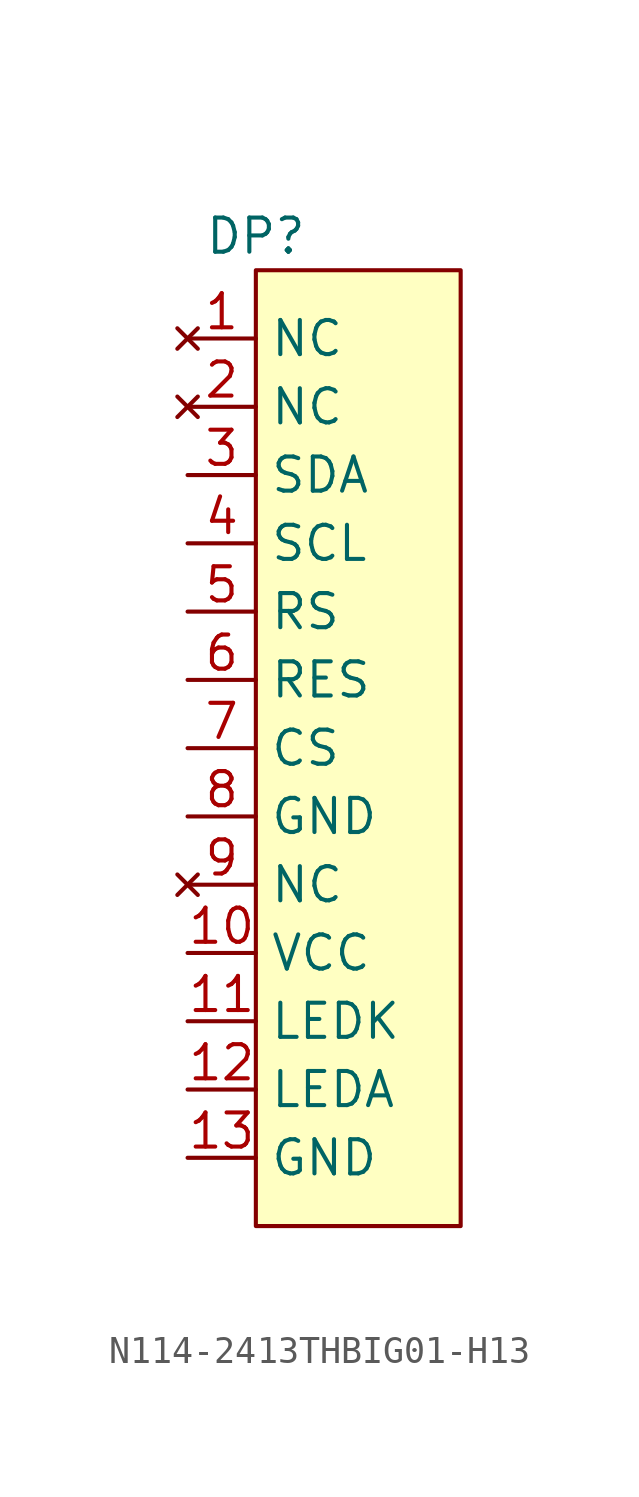
<source format=kicad_sym>
(kicad_symbol_lib
  (version 20241209)
  (generator "kicad_symbol_editor")
  (generator_version "9.0")
  (symbol "N114-2413THBIG01-H13"
    (property "Reference" "DP"
      (at -2.54 17.78 0)
      (effects (font (size 1.27 1.27))))
    (property "Value" ""
      (at -2.54 17.78 0)
      (effects (font (size 1.27 1.27))))
    (symbol "N114-2413THBIG01-H13_1_1"
      (rectangle (start -2.54 16.51) (end 5.08 -19.05) (stroke (width 0) (type default)) (fill (type background)))
      (pin no_connect line (at -5.08 13.97 0) (length 2.54) (name "NC" (effects (font (size 1.27 1.27)))) (number "1" (effects (font (size 1.27 1.27)))))
      (pin no_connect line (at -5.08 11.43 0) (length 2.54) (name "NC" (effects (font (size 1.27 1.27)))) (number "2" (effects (font (size 1.27 1.27)))))
      (pin bidirectional line (at -5.08 8.89 0) (length 2.54) (name "SDA" (effects (font (size 1.27 1.27)))) (number "3" (effects (font (size 1.27 1.27)))))
      (pin bidirectional line (at -5.08 6.35 0) (length 2.54) (name "SCL" (effects (font (size 1.27 1.27)))) (number "4" (effects (font (size 1.27 1.27)))))
      (pin bidirectional line (at -5.08 3.81 0) (length 2.54) (name "RS" (effects (font (size 1.27 1.27)))) (number "5" (effects (font (size 1.27 1.27)))))
      (pin bidirectional line (at -5.08 1.27 0) (length 2.54) (name "RES" (effects (font (size 1.27 1.27)))) (number "6" (effects (font (size 1.27 1.27)))))
      (pin bidirectional line (at -5.08 -1.27 0) (length 2.54) (name "CS" (effects (font (size 1.27 1.27)))) (number "7" (effects (font (size 1.27 1.27)))))
      (pin power_in line (at -5.08 -3.81 0) (length 2.54) (name "GND" (effects (font (size 1.27 1.27)))) (number "8" (effects (font (size 1.27 1.27)))))
      (pin no_connect line (at -5.08 -6.35 0) (length 2.54) (name "NC" (effects (font (size 1.27 1.27)))) (number "9" (effects (font (size 1.27 1.27)))))
      (pin power_in line (at -5.08 -8.89 0) (length 2.54) (name "VCC" (effects (font (size 1.27 1.27)))) (number "10" (effects (font (size 1.27 1.27)))))
      (pin bidirectional line (at -5.08 -11.43 0) (length 2.54) (name "LEDK" (effects (font (size 1.27 1.27)))) (number "11" (effects (font (size 1.27 1.27)))))
      (pin bidirectional line (at -5.08 -13.97 0) (length 2.54) (name "LEDA" (effects (font (size 1.27 1.27)))) (number "12" (effects (font (size 1.27 1.27)))))
      (pin power_in line (at -5.08 -16.51 0) (length 2.54) (name "GND" (effects (font (size 1.27 1.27)))) (number "13" (effects (font (size 1.27 1.27))))))))
</source>
